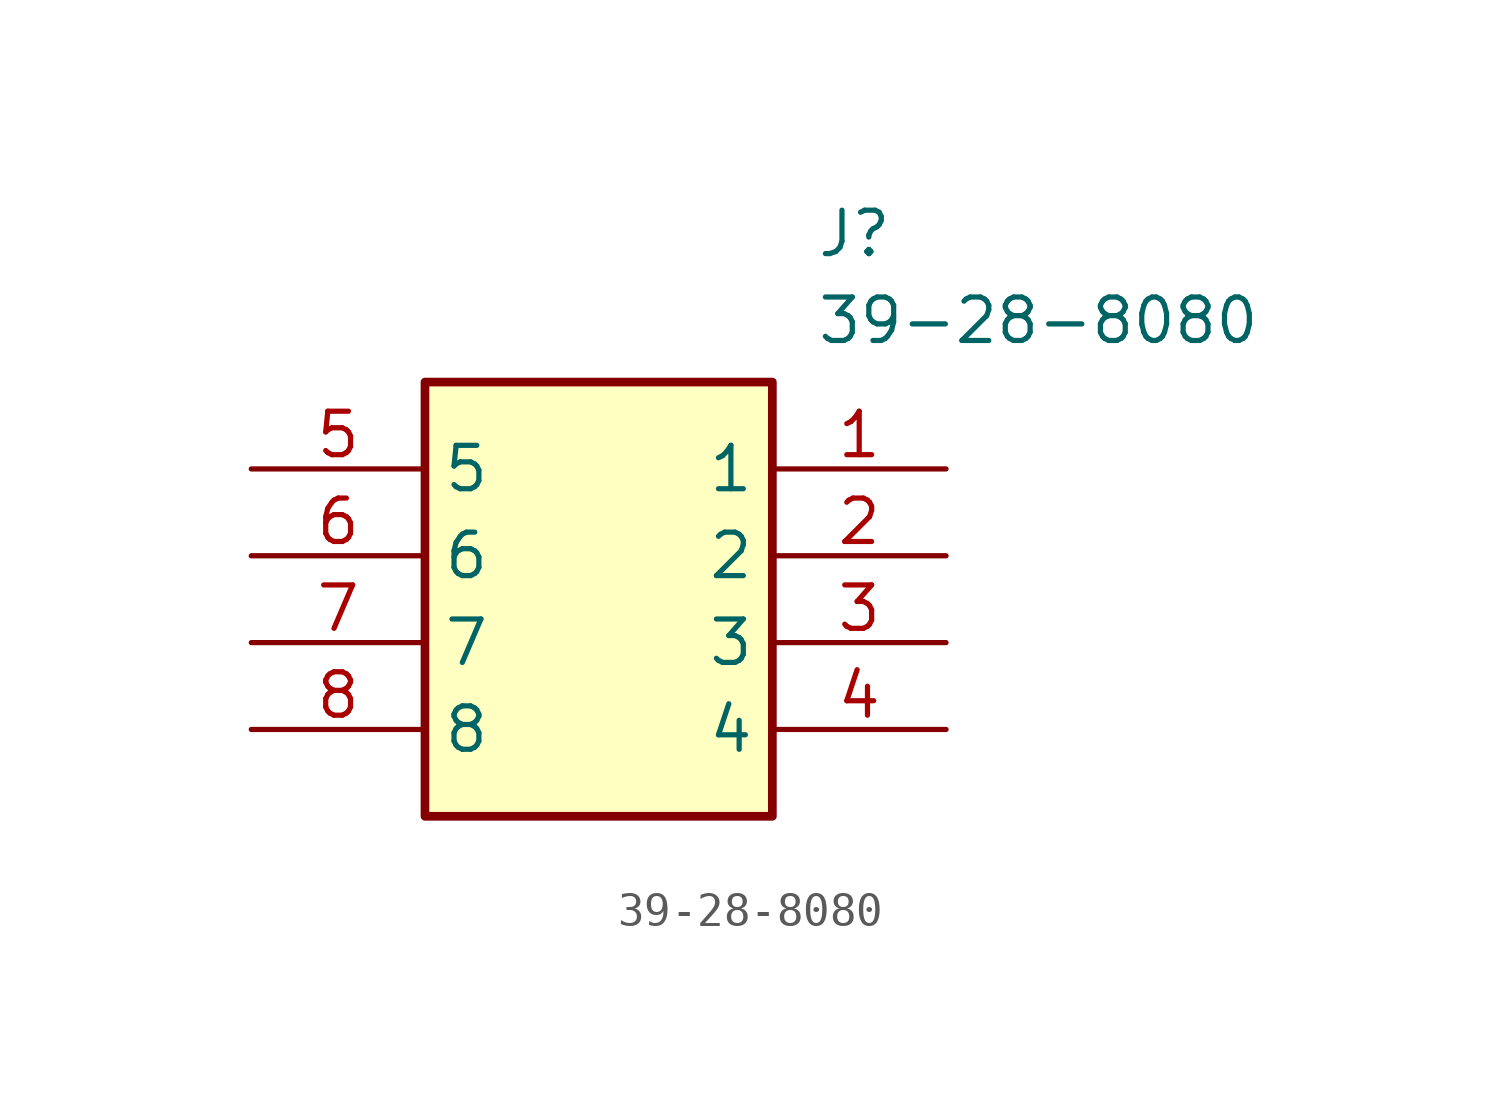
<source format=kicad_sym>
(kicad_symbol_lib
  (version 20211014)
  (generator SamacSys_ECAD_Model)
  (symbol "39-28-8080"
    (property "Reference" "J"
      (at 16.51 7.62 0)
      (effects (font (size 1.27 1.27)) (justify left top)))
    (property "Value" "39-28-8080"
      (at 16.51 5.08 0)
      (effects (font (size 1.27 1.27)) (justify left top)))
    (rectangle
      (start 5.08 2.54)
      (end 15.24 -10.16)
      (stroke (width 0.254) (type default))
      (fill (type background)))
    (pin passive line
      (at 20.32 0 180)
      (length 5.08)
      (name "1" (effects (font (size 1.27 1.27))))
      (number "1" (effects (font (size 1.27 1.27)))))
    (pin passive line
      (at 20.32 -2.54 180)
      (length 5.08)
      (name "2" (effects (font (size 1.27 1.27))))
      (number "2" (effects (font (size 1.27 1.27)))))
    (pin passive line
      (at 20.32 -5.08 180)
      (length 5.08)
      (name "3" (effects (font (size 1.27 1.27))))
      (number "3" (effects (font (size 1.27 1.27)))))
    (pin passive line
      (at 20.32 -7.62 180)
      (length 5.08)
      (name "4" (effects (font (size 1.27 1.27))))
      (number "4" (effects (font (size 1.27 1.27)))))
    (pin passive line
      (at 0 0 0)
      (length 5.08)
      (name "5" (effects (font (size 1.27 1.27))))
      (number "5" (effects (font (size 1.27 1.27)))))
    (pin passive line
      (at 0 -2.54 0)
      (length 5.08)
      (name "6" (effects (font (size 1.27 1.27))))
      (number "6" (effects (font (size 1.27 1.27)))))
    (pin passive line
      (at 0 -5.08 0)
      (length 5.08)
      (name "7" (effects (font (size 1.27 1.27))))
      (number "7" (effects (font (size 1.27 1.27)))))
    (pin passive line
      (at 0 -7.62 0)
      (length 5.08)
      (name "8" (effects (font (size 1.27 1.27))))
      (number "8" (effects (font (size 1.27 1.27)))))))
</source>
